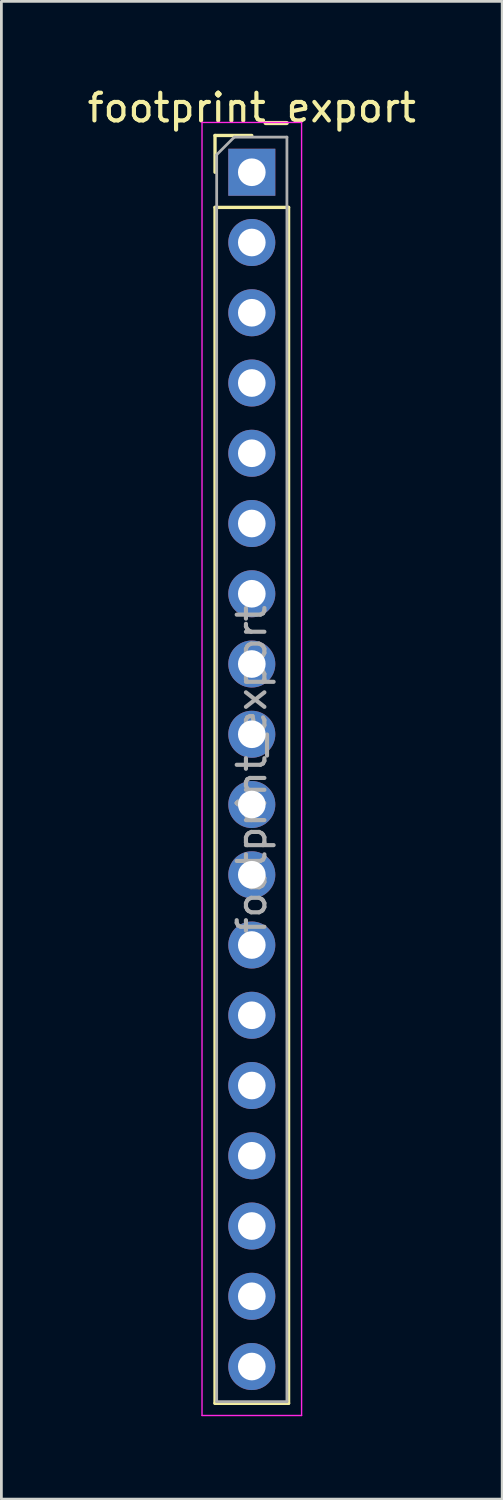
<source format=kicad_pcb>
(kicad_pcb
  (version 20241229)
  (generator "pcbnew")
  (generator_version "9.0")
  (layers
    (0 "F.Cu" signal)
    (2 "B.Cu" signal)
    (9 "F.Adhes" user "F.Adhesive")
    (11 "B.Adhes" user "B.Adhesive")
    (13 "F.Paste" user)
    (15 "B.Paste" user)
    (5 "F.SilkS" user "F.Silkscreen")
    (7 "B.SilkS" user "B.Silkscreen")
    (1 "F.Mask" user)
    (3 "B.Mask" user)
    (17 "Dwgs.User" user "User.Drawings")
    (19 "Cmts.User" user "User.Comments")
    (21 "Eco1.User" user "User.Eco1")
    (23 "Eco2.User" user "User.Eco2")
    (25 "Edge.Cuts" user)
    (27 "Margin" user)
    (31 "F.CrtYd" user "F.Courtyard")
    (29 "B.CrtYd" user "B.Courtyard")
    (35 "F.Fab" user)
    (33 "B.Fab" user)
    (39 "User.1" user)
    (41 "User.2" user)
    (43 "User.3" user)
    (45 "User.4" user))
  (footprint "footprint_export"
    (layer "F.Cu")
    (at 6.054 3.178)
    (property "Reference" "footprint_export" (at 0 -2.33 0) (layer "F.SilkS") (effects (font (size 1 1) (thickness 0.15))))
    (attr through_hole)
    (fp_line (start -1.33 -1.33) (end 0 -1.33) (stroke (width 0.12) (type solid)) (layer "F.SilkS"))
    (fp_line (start -1.33 0) (end -1.33 -1.33) (stroke (width 0.12) (type solid)) (layer "F.SilkS"))
    (fp_line (start -1.33 1.27) (end -1.33 44.51) (stroke (width 0.12) (type solid)) (layer "F.SilkS"))
    (fp_line (start -1.33 1.27) (end 1.33 1.27) (stroke (width 0.12) (type solid)) (layer "F.SilkS"))
    (fp_line (start -1.33 44.51) (end 1.33 44.51) (stroke (width 0.12) (type solid)) (layer "F.SilkS"))
    (fp_line (start 1.33 1.27) (end 1.33 44.51) (stroke (width 0.12) (type solid)) (layer "F.SilkS"))
    (fp_line (start -1.8 -1.8) (end -1.8 44.95) (stroke (width 0.05) (type solid)) (layer "F.CrtYd"))
    (fp_line (start -1.8 44.95) (end 1.8 44.95) (stroke (width 0.05) (type solid)) (layer "F.CrtYd"))
    (fp_line (start 1.8 -1.8) (end -1.8 -1.8) (stroke (width 0.05) (type solid)) (layer "F.CrtYd"))
    (fp_line (start 1.8 44.95) (end 1.8 -1.8) (stroke (width 0.05) (type solid)) (layer "F.CrtYd"))
    (fp_line (start -1.27 -0.635) (end -0.635 -1.27) (stroke (width 0.1) (type solid)) (layer "F.Fab"))
    (fp_line (start -1.27 44.45) (end -1.27 -0.635) (stroke (width 0.1) (type solid)) (layer "F.Fab"))
    (fp_line (start -0.635 -1.27) (end 1.27 -1.27) (stroke (width 0.1) (type solid)) (layer "F.Fab"))
    (fp_line (start 1.27 -1.27) (end 1.27 44.45) (stroke (width 0.1) (type solid)) (layer "F.Fab"))
    (fp_line (start 1.27 44.45) (end -1.27 44.45) (stroke (width 0.1) (type solid)) (layer "F.Fab"))
    (fp_text user "${REFERENCE}" (at 0 21.59 90) (layer "F.Fab") (effects (font (size 1 1) (thickness 0.15))))
    (pad "1" thru_hole rect (at 0 0) (size 1.7 1.7) (drill 1) (layers "*.Cu" "*.Mask"))
    (pad "2" thru_hole oval (at 0 2.54) (size 1.7 1.7) (drill 1) (layers "*.Cu" "*.Mask"))
    (pad "3" thru_hole oval (at 0 5.08) (size 1.7 1.7) (drill 1) (layers "*.Cu" "*.Mask"))
    (pad "4" thru_hole oval (at 0 7.62) (size 1.7 1.7) (drill 1) (layers "*.Cu" "*.Mask"))
    (pad "5" thru_hole oval (at 0 10.16) (size 1.7 1.7) (drill 1) (layers "*.Cu" "*.Mask"))
    (pad "6" thru_hole oval (at 0 12.7) (size 1.7 1.7) (drill 1) (layers "*.Cu" "*.Mask"))
    (pad "7" thru_hole oval (at 0 15.24) (size 1.7 1.7) (drill 1) (layers "*.Cu" "*.Mask"))
    (pad "8" thru_hole oval (at 0 17.78) (size 1.7 1.7) (drill 1) (layers "*.Cu" "*.Mask"))
    (pad "9" thru_hole oval (at 0 20.32) (size 1.7 1.7) (drill 1) (layers "*.Cu" "*.Mask"))
    (pad "10" thru_hole oval (at 0 22.86) (size 1.7 1.7) (drill 1) (layers "*.Cu" "*.Mask"))
    (pad "11" thru_hole oval (at 0 25.4) (size 1.7 1.7) (drill 1) (layers "*.Cu" "*.Mask"))
    (pad "12" thru_hole oval (at 0 27.94) (size 1.7 1.7) (drill 1) (layers "*.Cu" "*.Mask"))
    (pad "13" thru_hole oval (at 0 30.48) (size 1.7 1.7) (drill 1) (layers "*.Cu" "*.Mask"))
    (pad "14" thru_hole oval (at 0 33.02) (size 1.7 1.7) (drill 1) (layers "*.Cu" "*.Mask"))
    (pad "15" thru_hole oval (at 0 35.56) (size 1.7 1.7) (drill 1) (layers "*.Cu" "*.Mask"))
    (pad "16" thru_hole oval (at 0 38.1) (size 1.7 1.7) (drill 1) (layers "*.Cu" "*.Mask"))
    (pad "17" thru_hole oval (at 0 40.64) (size 1.7 1.7) (drill 1) (layers "*.Cu" "*.Mask"))
    (pad "18" thru_hole oval (at 0 43.18) (size 1.7 1.7) (drill 1) (layers "*.Cu" "*.Mask")))
  (gr_rect
    (start -3 -3)
    (end 15.107 51.153)
    (stroke (width 0.1) (type default))
    (fill no)
    (layer "Edge.Cuts")))
</source>
